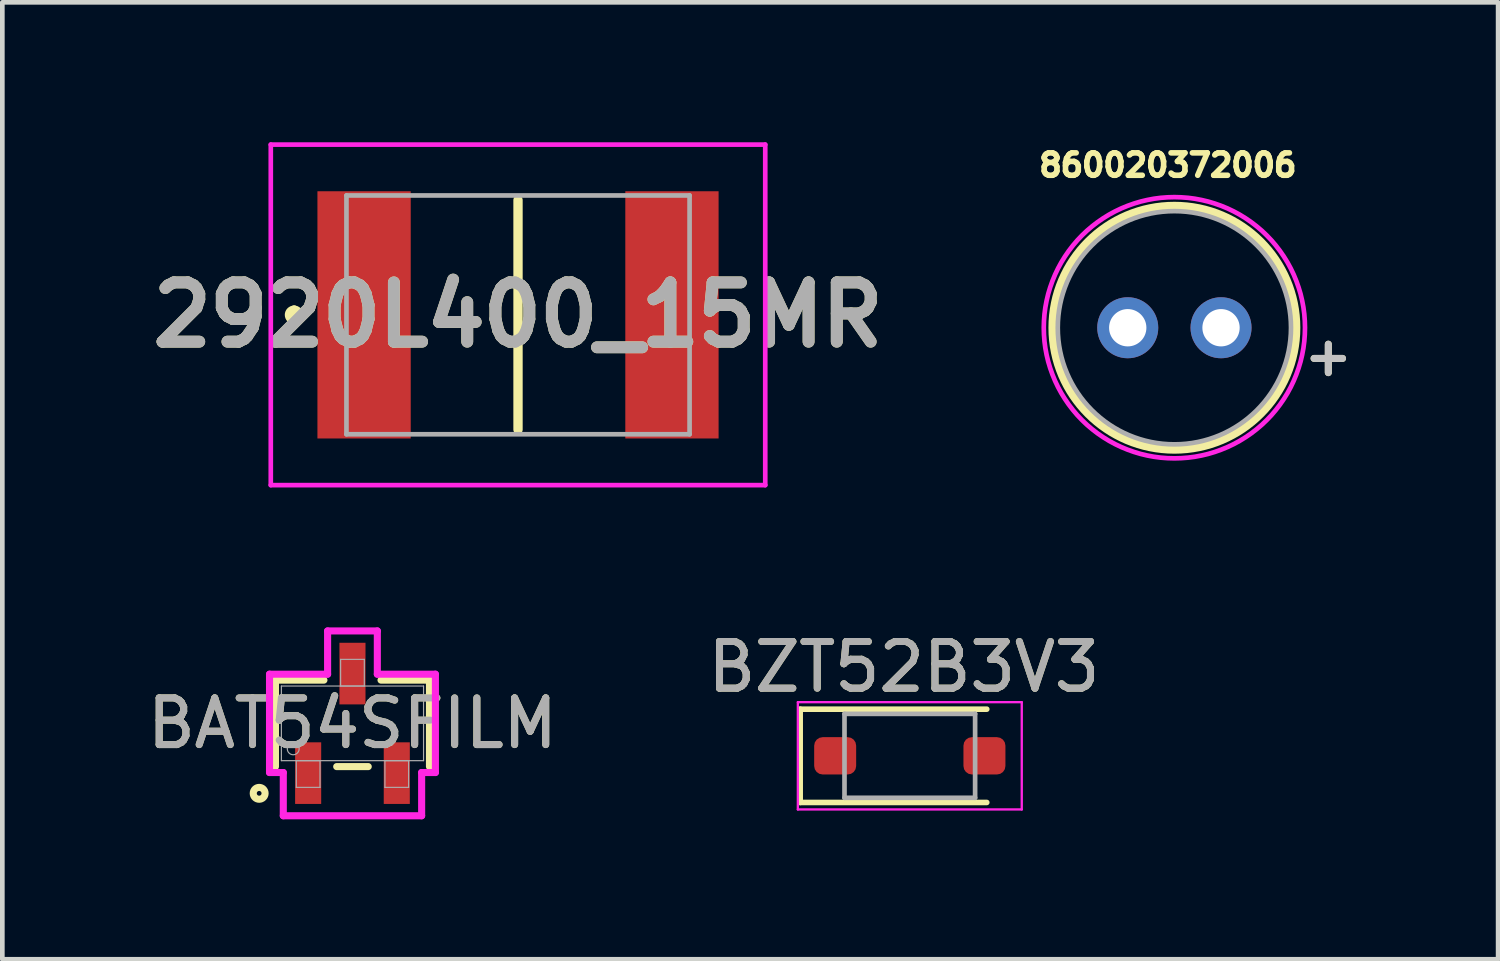
<source format=kicad_pcb>
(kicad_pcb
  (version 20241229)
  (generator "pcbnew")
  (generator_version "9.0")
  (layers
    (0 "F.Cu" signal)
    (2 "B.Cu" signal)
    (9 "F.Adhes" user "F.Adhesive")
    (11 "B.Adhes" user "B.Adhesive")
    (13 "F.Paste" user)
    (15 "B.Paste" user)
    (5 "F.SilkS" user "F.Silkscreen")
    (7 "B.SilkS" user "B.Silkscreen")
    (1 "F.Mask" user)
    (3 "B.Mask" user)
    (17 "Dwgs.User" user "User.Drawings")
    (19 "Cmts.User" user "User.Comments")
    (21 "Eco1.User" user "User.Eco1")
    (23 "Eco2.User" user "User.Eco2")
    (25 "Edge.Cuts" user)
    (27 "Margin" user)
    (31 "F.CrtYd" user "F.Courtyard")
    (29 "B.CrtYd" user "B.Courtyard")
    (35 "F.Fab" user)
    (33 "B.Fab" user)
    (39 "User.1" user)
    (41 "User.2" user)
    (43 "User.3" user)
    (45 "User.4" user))
  (footprint "2920L400_15MR"
    (layer "F.Cu")
    (at 8.055 3.7)
    (property "Reference" "2920L400_15MR" (at 0 0 0) (layer "F.SilkS") (effects (font (size 1.27 1.27) (thickness 0.254))))
    (attr smd)
    (fp_line (start -4.8 -0.1) (end -4.8 -0.1) (stroke (width 0.2) (type solid)) (layer "F.SilkS"))
    (fp_line (start -4.8 0.1) (end -4.8 0.1) (stroke (width 0.2) (type solid)) (layer "F.SilkS"))
    (fp_line (start 0 -2.46) (end 0 2.46) (stroke (width 0.2) (type solid)) (layer "F.SilkS"))
    (fp_arc (start -4.8 -0.1) (mid -4.7 0) (end -4.8 0.1) (stroke (width 0.2) (type solid)) (layer "F.SilkS"))
    (fp_arc (start -4.8 0.1) (mid -4.9 0) (end -4.8 -0.1) (stroke (width 0.2) (type solid)) (layer "F.SilkS"))
    (fp_line (start -5.3 -3.65) (end 5.3 -3.65) (stroke (width 0.1) (type solid)) (layer "F.CrtYd"))
    (fp_line (start -5.3 3.65) (end -5.3 -3.65) (stroke (width 0.1) (type solid)) (layer "F.CrtYd"))
    (fp_line (start 5.3 -3.65) (end 5.3 3.65) (stroke (width 0.1) (type solid)) (layer "F.CrtYd"))
    (fp_line (start 5.3 3.65) (end -5.3 3.65) (stroke (width 0.1) (type solid)) (layer "F.CrtYd"))
    (fp_line (start -3.678 -2.56) (end 3.678 -2.56) (stroke (width 0.1) (type solid)) (layer "F.Fab"))
    (fp_line (start -3.678 2.56) (end -3.678 -2.56) (stroke (width 0.1) (type solid)) (layer "F.Fab"))
    (fp_line (start 3.678 -2.56) (end 3.678 2.56) (stroke (width 0.1) (type solid)) (layer "F.Fab"))
    (fp_line (start 3.678 2.56) (end -3.678 2.56) (stroke (width 0.1) (type solid)) (layer "F.Fab"))
    (fp_text user "${REFERENCE}" (at 0 0 0) (layer "F.Fab") (effects (font (size 1.27 1.27) (thickness 0.254))))
    (pad "1" smd rect (at -3.3 0) (size 2 5.3) (layers "F.Cu" "F.Mask" "F.Paste"))
    (pad "2" smd rect (at 3.3 0) (size 2 5.3) (layers "F.Cu" "F.Mask" "F.Paste")))
  (footprint "BAT54SFILM"
    (layer "F.Cu")
    (at 4.506 12.457)
    (property "Reference" "BAT54SFILM" (at 0 0 0) (unlocked yes) (layer "F.SilkS") (effects (font (size 1 1) (thickness 0.15))))
    (attr smd)
    (fp_line (start -1.651 -0.927) (end -1.651 0.927) (stroke (width 0.152) (type solid)) (layer "F.SilkS"))
    (fp_line (start -0.612 -0.927) (end -1.651 -0.927) (stroke (width 0.152) (type solid)) (layer "F.SilkS"))
    (fp_line (start -0.338 0.927) (end 0.338 0.927) (stroke (width 0.152) (type solid)) (layer "F.SilkS"))
    (fp_line (start 1.651 -0.927) (end 0.612 -0.927) (stroke (width 0.152) (type solid)) (layer "F.SilkS"))
    (fp_line (start 1.651 0.927) (end 1.651 -0.927) (stroke (width 0.152) (type solid)) (layer "F.SilkS"))
    (fp_circle (center -2 1.5) (end -1.873 1.5) (stroke (width 0.152) (type solid)) (fill no) (layer "F.SilkS"))
    (fp_line (start -1.778 -1.054) (end -0.533 -1.054) (stroke (width 0.152) (type solid)) (layer "F.CrtYd"))
    (fp_line (start -1.778 1.054) (end -1.778 -1.054) (stroke (width 0.152) (type solid)) (layer "F.CrtYd"))
    (fp_line (start -1.778 1.054) (end -1.483 1.054) (stroke (width 0.152) (type solid)) (layer "F.CrtYd"))
    (fp_line (start -1.483 1.054) (end -1.483 1.981) (stroke (width 0.152) (type solid)) (layer "F.CrtYd"))
    (fp_line (start -1.483 1.981) (end 1.483 1.981) (stroke (width 0.152) (type solid)) (layer "F.CrtYd"))
    (fp_line (start -0.533 -1.981) (end 0.533 -1.981) (stroke (width 0.152) (type solid)) (layer "F.CrtYd"))
    (fp_line (start -0.533 -1.054) (end -0.533 -1.981) (stroke (width 0.152) (type solid)) (layer "F.CrtYd"))
    (fp_line (start 0.533 -1.054) (end 0.533 -1.981) (stroke (width 0.152) (type solid)) (layer "F.CrtYd"))
    (fp_line (start 1.483 1.054) (end 1.483 1.981) (stroke (width 0.152) (type solid)) (layer "F.CrtYd"))
    (fp_line (start 1.778 -1.054) (end 0.533 -1.054) (stroke (width 0.152) (type solid)) (layer "F.CrtYd"))
    (fp_line (start 1.778 -1.054) (end 1.778 1.054) (stroke (width 0.152) (type solid)) (layer "F.CrtYd"))
    (fp_line (start 1.778 1.054) (end 1.483 1.054) (stroke (width 0.152) (type solid)) (layer "F.CrtYd"))
    (fp_line (start -1.524 -0.8) (end -1.524 0.8) (stroke (width 0.025) (type solid)) (layer "F.Fab"))
    (fp_line (start -1.524 0.8) (end 1.524 0.8) (stroke (width 0.025) (type solid)) (layer "F.Fab"))
    (fp_line (start -1.204 0.8) (end -1.204 1.372) (stroke (width 0.025) (type solid)) (layer "F.Fab"))
    (fp_line (start -1.204 1.372) (end -0.696 1.372) (stroke (width 0.025) (type solid)) (layer "F.Fab"))
    (fp_line (start -0.696 0.8) (end -1.204 0.8) (stroke (width 0.025) (type solid)) (layer "F.Fab"))
    (fp_line (start -0.696 1.372) (end -0.696 0.8) (stroke (width 0.025) (type solid)) (layer "F.Fab"))
    (fp_line (start -0.254 -1.372) (end -0.254 -0.8) (stroke (width 0.025) (type solid)) (layer "F.Fab"))
    (fp_line (start -0.254 -0.8) (end 0.254 -0.8) (stroke (width 0.025) (type solid)) (layer "F.Fab"))
    (fp_line (start 0.254 -1.372) (end -0.254 -1.372) (stroke (width 0.025) (type solid)) (layer "F.Fab"))
    (fp_line (start 0.254 -0.8) (end 0.254 -1.372) (stroke (width 0.025) (type solid)) (layer "F.Fab"))
    (fp_line (start 0.696 0.8) (end 0.696 1.372) (stroke (width 0.025) (type solid)) (layer "F.Fab"))
    (fp_line (start 0.696 1.372) (end 1.204 1.372) (stroke (width 0.025) (type solid)) (layer "F.Fab"))
    (fp_line (start 1.204 0.8) (end 0.696 0.8) (stroke (width 0.025) (type solid)) (layer "F.Fab"))
    (fp_line (start 1.204 1.372) (end 1.204 0.8) (stroke (width 0.025) (type solid)) (layer "F.Fab"))
    (fp_line (start 1.524 -0.8) (end -1.524 -0.8) (stroke (width 0.025) (type solid)) (layer "F.Fab"))
    (fp_line (start 1.524 0.8) (end 1.524 -0.8) (stroke (width 0.025) (type solid)) (layer "F.Fab"))
    (fp_circle (center -1.27 0.546) (end -1.143 0.546) (stroke (width 0.025) (type solid)) (fill no) (layer "F.Fab"))
    (fp_text user "${REFERENCE}" (at 0 0 0) (unlocked yes) (layer "F.Fab") (effects (font (size 1 1) (thickness 0.15))))
    (pad "1" smd rect (at -0.95 1.067) (size 0.559 1.321) (layers "F.Cu" "F.Mask" "F.Paste"))
    (pad "2" smd rect (at 0.95 1.067) (size 0.559 1.321) (layers "F.Cu" "F.Mask" "F.Paste"))
    (pad "3" smd rect (at 0 -1.067) (size 0.559 1.321) (layers "F.Cu" "F.Mask" "F.Paste")))
  (footprint "860020372006"
    (layer "F.Cu")
    (at 22.126 3.976)
    (property "Reference" "860020372006" (at -0.14 -3.485 0) (layer "F.SilkS") (effects (font (size 0.48 0.48) (thickness 0.12))))
    (attr through_hole)
    (fp_circle (center 0 0) (end 2.6 0) (stroke (width 0.2) (type solid)) (fill no) (layer "F.SilkS"))
    (fp_poly (pts (xy 0 2.8) (xy -0.147 2.796) (xy -0.293 2.785) (xy -0.438 2.766) (xy -0.582 2.739) (xy -0.725 2.705) (xy -0.865 2.663) (xy -1.003 2.614) (xy -1.139 2.558) (xy -1.271 2.495) (xy -1.4 2.425) (xy -1.525 2.348) (xy -1.646 2.265) (xy -1.762 2.176) (xy -1.874 2.081) (xy -1.98 1.98) (xy -2.081 1.874) (xy -2.176 1.762) (xy -2.265 1.646) (xy -2.348 1.525) (xy -2.425 1.4) (xy -2.495 1.271) (xy -2.558 1.139) (xy -2.614 1.003) (xy -2.663 0.865) (xy -2.705 0.725) (xy -2.739 0.582) (xy -2.766 0.438) (xy -2.785 0.293) (xy -2.796 0.147) (xy -2.8 0) (xy -2.796 -0.147) (xy -2.785 -0.293) (xy -2.766 -0.438) (xy -2.739 -0.582) (xy -2.705 -0.725) (xy -2.663 -0.865) (xy -2.614 -1.003) (xy -2.558 -1.139) (xy -2.495 -1.271) (xy -2.425 -1.4) (xy -2.348 -1.525) (xy -2.265 -1.646) (xy -2.176 -1.762) (xy -2.081 -1.874) (xy -1.98 -1.98) (xy -1.874 -2.081) (xy -1.762 -2.176) (xy -1.646 -2.265) (xy -1.525 -2.348) (xy -1.4 -2.425) (xy -1.271 -2.495) (xy -1.139 -2.558) (xy -1.003 -2.614) (xy -0.865 -2.663) (xy -0.725 -2.705) (xy -0.582 -2.739) (xy -0.438 -2.766) (xy -0.293 -2.785) (xy -0.147 -2.796) (xy 0 -2.8) (xy 0.147 -2.796) (xy 0.293 -2.785) (xy 0.438 -2.766) (xy 0.582 -2.739) (xy 0.725 -2.705) (xy 0.865 -2.663) (xy 1.003 -2.614) (xy 1.139 -2.558) (xy 1.271 -2.495) (xy 1.4 -2.425) (xy 1.525 -2.348) (xy 1.646 -2.265) (xy 1.762 -2.176) (xy 1.874 -2.081) (xy 1.98 -1.98) (xy 2.081 -1.874) (xy 2.176 -1.762) (xy 2.265 -1.646) (xy 2.348 -1.525) (xy 2.425 -1.4) (xy 2.495 -1.271) (xy 2.558 -1.139) (xy 2.614 -1.003) (xy 2.663 -0.865) (xy 2.705 -0.725) (xy 2.739 -0.582) (xy 2.766 -0.438) (xy 2.785 -0.293) (xy 2.796 -0.147) (xy 2.8 0) (xy 2.796 0.147) (xy 2.785 0.293) (xy 2.766 0.438) (xy 2.739 0.582) (xy 2.705 0.725) (xy 2.663 0.865) (xy 2.614 1.003) (xy 2.558 1.139) (xy 2.495 1.271) (xy 2.425 1.4) (xy 2.348 1.525) (xy 2.265 1.646) (xy 2.176 1.762) (xy 2.081 1.874) (xy 1.98 1.98) (xy 1.874 2.081) (xy 1.762 2.176) (xy 1.646 2.265) (xy 1.525 2.348) (xy 1.4 2.425) (xy 1.271 2.495) (xy 1.139 2.558) (xy 1.003 2.614) (xy 0.865 2.663) (xy 0.725 2.705) (xy 0.582 2.739) (xy 0.438 2.766) (xy 0.293 2.785) (xy 0.147 2.796) (xy 0 2.8)) (stroke (width 0.1) (type solid)) (fill no) (layer "F.CrtYd"))
    (fp_circle (center 0 0) (end 2.5 0) (stroke (width 0.1) (type solid)) (fill no) (layer "F.Fab"))
    (fp_text user "+" (at 3.3 0.6 0) (layer "F.SilkS") (effects (font (size 0.8 0.8) (thickness 0.15))))
    (fp_text user "+" (at 3.3 0.6 0) (layer "Dwgs.User") (effects (font (size 0.8 0.8) (thickness 0.15))))
    (pad "1" thru_hole circle (at 1 0) (size 1.308 1.308) (drill 0.8) (layers "*.Cu" "*.Mask"))
    (pad "2" thru_hole circle (at -1 0) (size 1.308 1.308) (drill 0.8) (layers "*.Cu" "*.Mask")))
  (footprint "BZT52B3V3"
    (layer "F.Cu")
    (at 14.854 13.153)
    (property "Reference" "BZT52B3V3" (at 1.473 -1.905 0) (layer "F.SilkS") (effects (font (size 1 1) (thickness 0.15))))
    (attr smd)
    (fp_line (start -0.75 -1) (end -0.75 1) (stroke (width 0.12) (type solid)) (layer "F.SilkS"))
    (fp_line (start -0.75 -1) (end 3.25 -1) (stroke (width 0.12) (type solid)) (layer "F.SilkS"))
    (fp_line (start -0.75 1) (end 3.25 1) (stroke (width 0.12) (type solid)) (layer "F.SilkS"))
    (fp_line (start -0.8 -1.15) (end -0.8 1.15) (stroke (width 0.05) (type solid)) (layer "F.CrtYd"))
    (fp_line (start -0.8 -1.15) (end 4 -1.15) (stroke (width 0.05) (type solid)) (layer "F.CrtYd"))
    (fp_line (start 4 -1.15) (end 4 1.15) (stroke (width 0.05) (type solid)) (layer "F.CrtYd"))
    (fp_line (start 4 1.15) (end -0.8 1.15) (stroke (width 0.05) (type solid)) (layer "F.CrtYd"))
    (fp_line (start 0.2 -0.9) (end 3 -0.9) (stroke (width 0.1) (type solid)) (layer "F.Fab"))
    (fp_line (start 0.2 0.9) (end 0.2 -0.9) (stroke (width 0.1) (type solid)) (layer "F.Fab"))
    (fp_line (start 3 -0.9) (end 3 0.9) (stroke (width 0.1) (type solid)) (layer "F.Fab"))
    (fp_line (start 3 0.9) (end 0.2 0.9) (stroke (width 0.1) (type solid)) (layer "F.Fab"))
    (fp_text user "${REFERENCE}" (at 1.473 -1.905 0) (layer "F.Fab") (effects (font (size 1 1) (thickness 0.15))))
    (pad "1" smd roundrect (at 0 0) (size 0.9 0.8) (layers "F.Cu" "F.Mask" "F.Paste") (roundrect_rratio 0.227))
    (pad "2" smd roundrect (at 3.2 0 180) (size 0.9 0.8) (layers "F.Cu" "F.Mask" "F.Paste") (roundrect_rratio 0.227)))
  (gr_rect
    (start -3 -3)
    (end 29.066 17.515)
    (stroke (width 0.1) (type default))
    (fill no)
    (layer "Edge.Cuts")))
</source>
